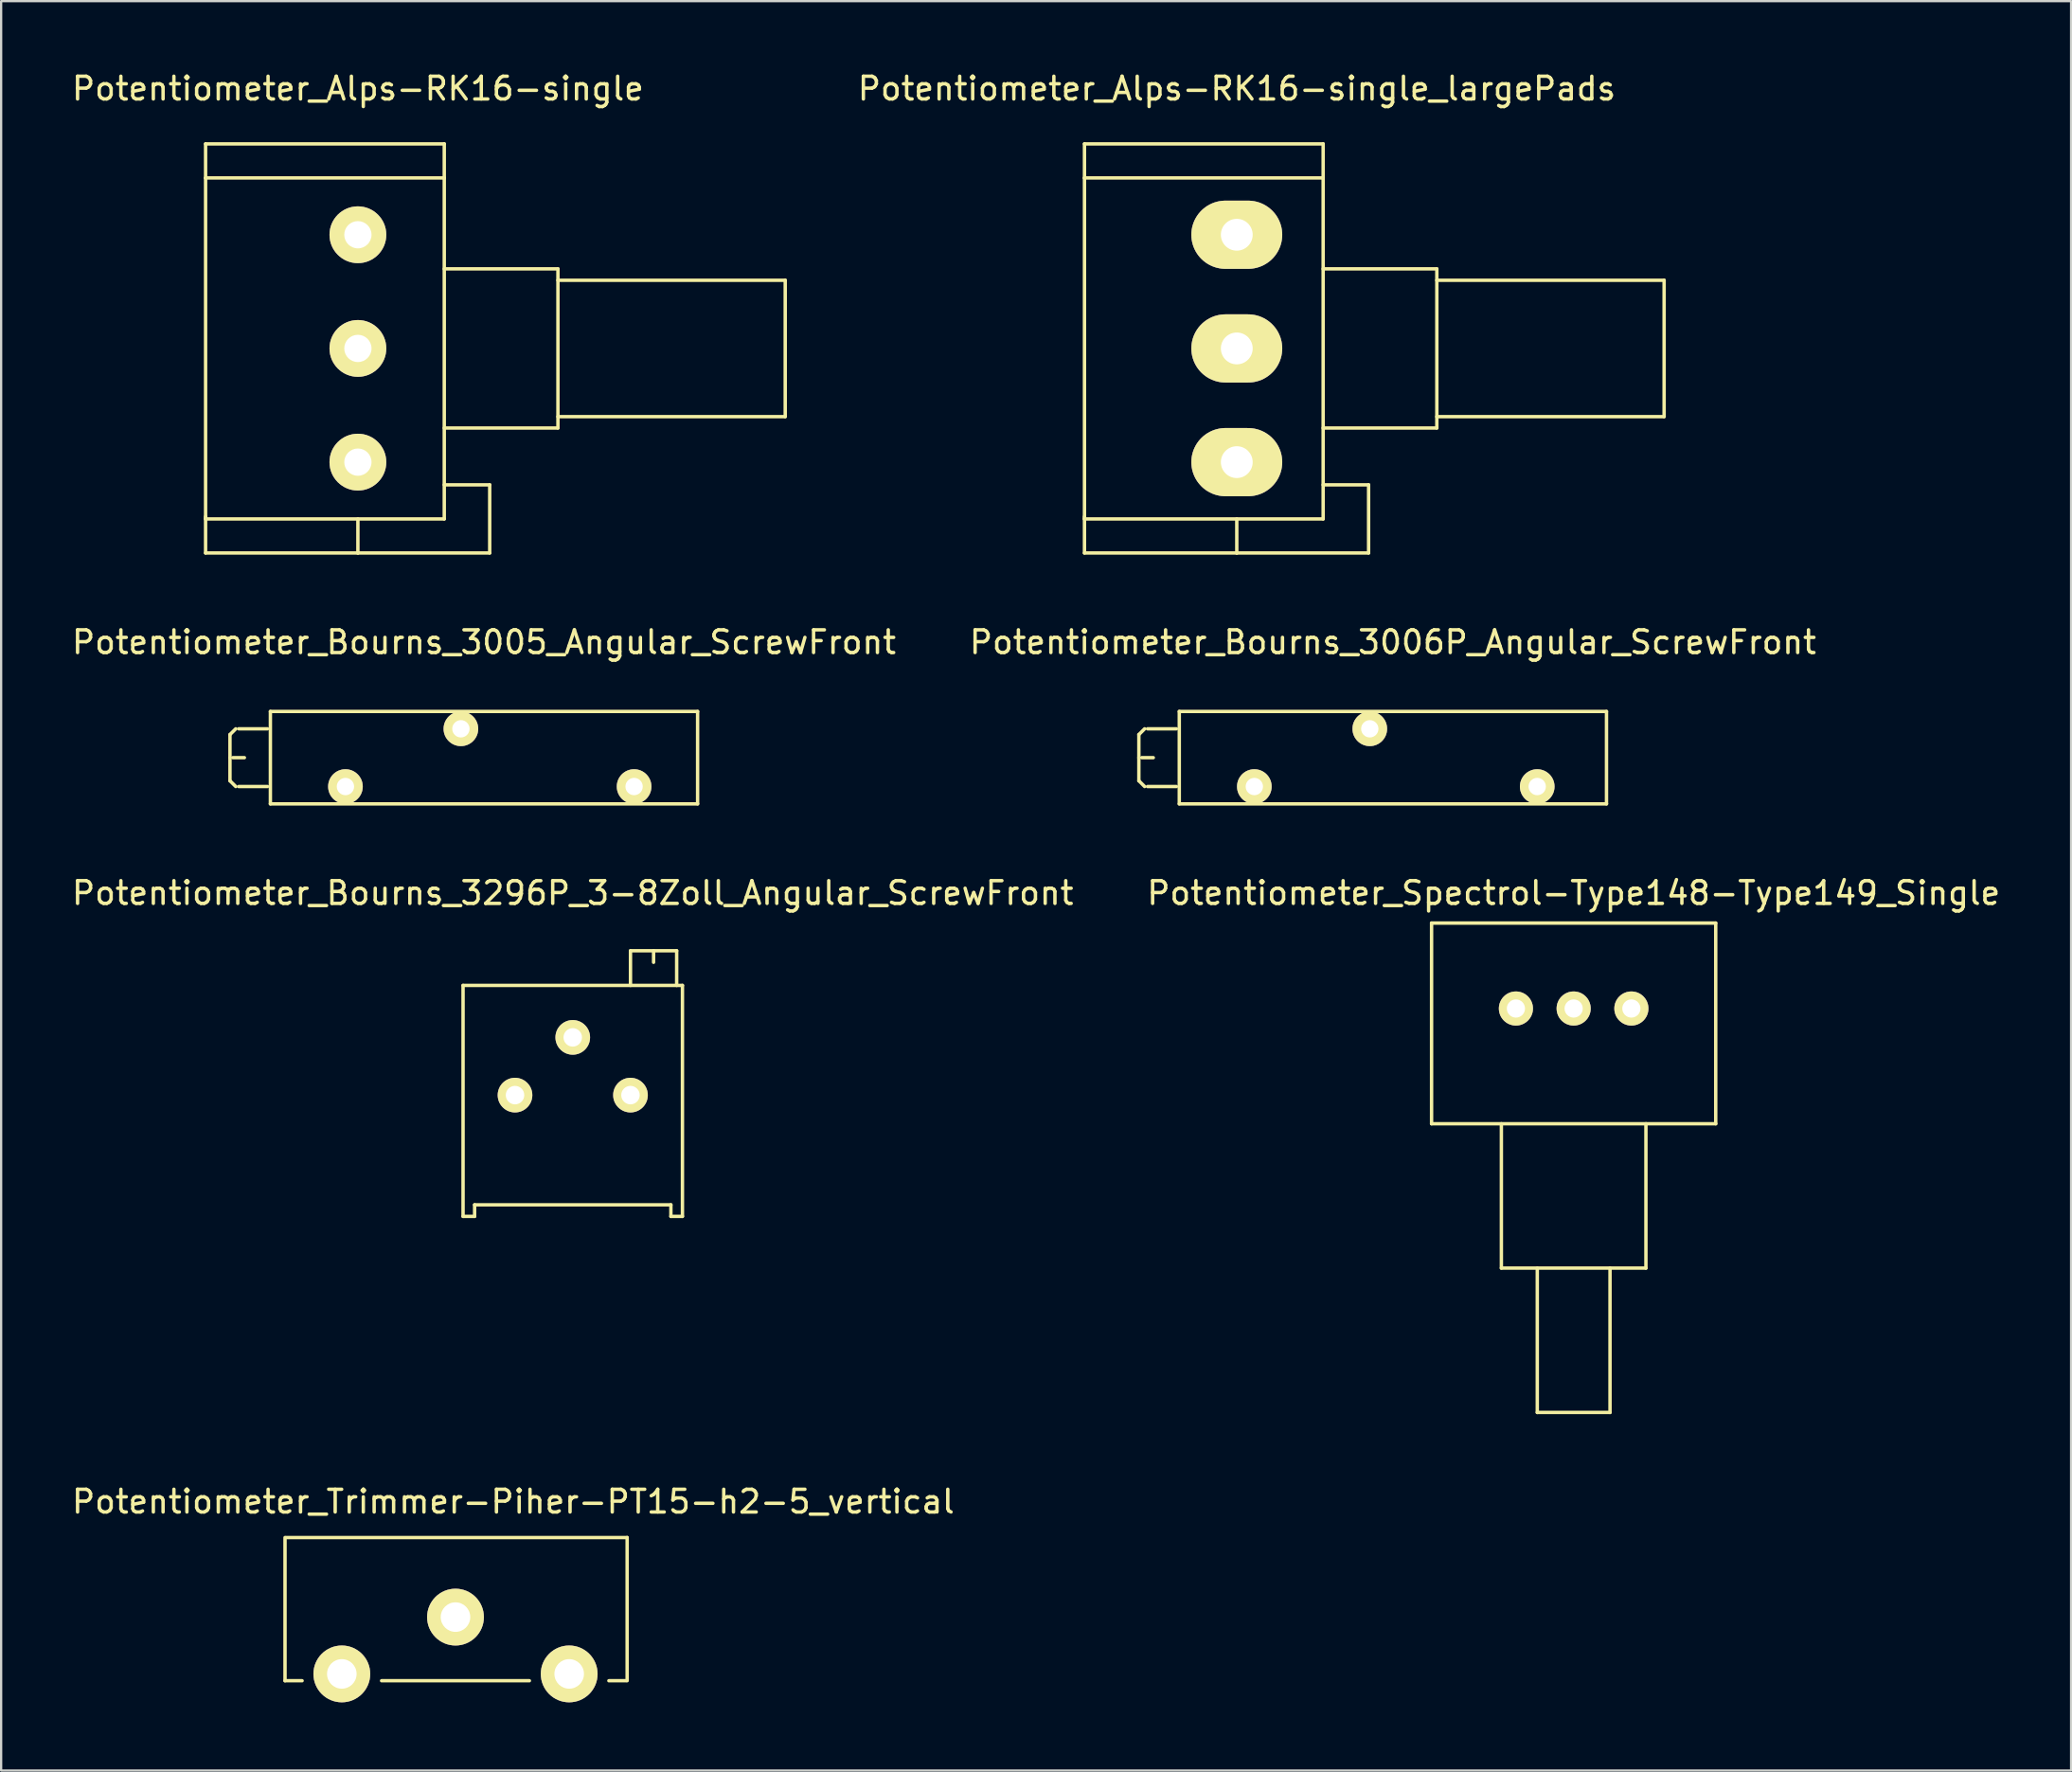
<source format=kicad_pcb>
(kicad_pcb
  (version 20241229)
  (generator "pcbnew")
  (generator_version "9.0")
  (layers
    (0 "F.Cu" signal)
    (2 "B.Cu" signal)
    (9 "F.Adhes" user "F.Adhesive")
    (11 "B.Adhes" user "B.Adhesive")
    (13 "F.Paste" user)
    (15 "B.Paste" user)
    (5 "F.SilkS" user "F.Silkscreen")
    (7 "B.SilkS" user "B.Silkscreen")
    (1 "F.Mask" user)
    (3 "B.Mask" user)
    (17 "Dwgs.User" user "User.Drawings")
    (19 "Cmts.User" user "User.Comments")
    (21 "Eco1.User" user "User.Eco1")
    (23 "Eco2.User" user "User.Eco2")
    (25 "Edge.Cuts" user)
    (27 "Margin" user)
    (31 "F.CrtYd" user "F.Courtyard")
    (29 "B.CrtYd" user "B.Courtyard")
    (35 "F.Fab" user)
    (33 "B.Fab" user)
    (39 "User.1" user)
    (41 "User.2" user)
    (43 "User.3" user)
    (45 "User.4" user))
  (footprint "Potentiometer_Alps-RK16-single_largePads"
    (layer "F.Cu")
    (at 51.364 7.277)
    (property "Reference" "Potentiometer_Alps-RK16-single_largePads" (at 0 -6.429 0) (layer "F.SilkS") (effects (font (size 1 1) (thickness 0.15))))
    (attr through_hole)
    (fp_line (start -6.701 -3.998) (end -6.701 -2.499) (stroke (width 0.15) (type solid)) (layer "F.SilkS"))
    (fp_line (start -6.701 -2.499) (end -6.701 12.502) (stroke (width 0.15) (type solid)) (layer "F.SilkS"))
    (fp_line (start -6.701 12.502) (end 3.8 12.502) (stroke (width 0.15) (type solid)) (layer "F.SilkS"))
    (fp_line (start -6.701 14) (end -6.701 12.4) (stroke (width 0.15) (type solid)) (layer "F.SilkS"))
    (fp_line (start 0 14) (end -6.701 14) (stroke (width 0.15) (type solid)) (layer "F.SilkS"))
    (fp_line (start 0 14) (end 0 12.502) (stroke (width 0.15) (type solid)) (layer "F.SilkS"))
    (fp_line (start 3.8 -3.998) (end -6.701 -3.998) (stroke (width 0.15) (type solid)) (layer "F.SilkS"))
    (fp_line (start 3.8 -2.499) (end -6.701 -2.499) (stroke (width 0.15) (type solid)) (layer "F.SilkS"))
    (fp_line (start 3.8 -2.499) (end 3.8 -3.998) (stroke (width 0.15) (type solid)) (layer "F.SilkS"))
    (fp_line (start 3.8 1.501) (end 8.801 1.501) (stroke (width 0.15) (type solid)) (layer "F.SilkS"))
    (fp_line (start 3.8 11.001) (end 5.799 11.001) (stroke (width 0.15) (type solid)) (layer "F.SilkS"))
    (fp_line (start 3.8 12.502) (end 3.8 -2.499) (stroke (width 0.15) (type solid)) (layer "F.SilkS"))
    (fp_line (start 5.799 11.001) (end 5.799 14) (stroke (width 0.15) (type solid)) (layer "F.SilkS"))
    (fp_line (start 5.799 14) (end 0 14) (stroke (width 0.15) (type solid)) (layer "F.SilkS"))
    (fp_line (start 8.801 1.501) (end 8.801 8.501) (stroke (width 0.15) (type solid)) (layer "F.SilkS"))
    (fp_line (start 8.801 2.002) (end 18.801 2.002) (stroke (width 0.15) (type solid)) (layer "F.SilkS"))
    (fp_line (start 8.801 8.501) (end 3.8 8.501) (stroke (width 0.15) (type solid)) (layer "F.SilkS"))
    (fp_line (start 18.801 2.002) (end 18.801 8.001) (stroke (width 0.15) (type solid)) (layer "F.SilkS"))
    (fp_line (start 18.801 8.001) (end 8.801 8.001) (stroke (width 0.15) (type solid)) (layer "F.SilkS"))
    (pad "1" thru_hole oval (at 0 0) (size 4 3) (drill 1.4) (layers "*.Cu" "*.Mask" "F.SilkS"))
    (pad "2" thru_hole oval (at 0 5.001) (size 4 3) (drill 1.4) (layers "*.Cu" "*.Mask" "F.SilkS"))
    (pad "3" thru_hole oval (at 0 10.003) (size 4 3) (drill 1.4) (layers "*.Cu" "*.Mask" "F.SilkS")))
  (footprint "Potentiometer_Trimmer-Piher-PT15-h2-5_vertical"
    (layer "F.Cu")
    (at 11.989 70.588)
    (property "Reference" "Potentiometer_Trimmer-Piher-PT15-h2-5_vertical" (at 7.541 -7.579 0) (layer "F.SilkS") (effects (font (size 1 1) (thickness 0.15))))
    (attr through_hole)
    (fp_line (start -2.499 -5.999) (end -2.499 0.3) (stroke (width 0.15) (type solid)) (layer "F.SilkS"))
    (fp_line (start -2.499 0.3) (end -1.748 0.3) (stroke (width 0.15) (type solid)) (layer "F.SilkS"))
    (fp_line (start 1.75 0.3) (end 8.252 0.3) (stroke (width 0.15) (type solid)) (layer "F.SilkS"))
    (fp_line (start 11.75 0.3) (end 12.502 0.3) (stroke (width 0.15) (type solid)) (layer "F.SilkS"))
    (fp_line (start 12.55 -5.999) (end -2.451 -5.999) (stroke (width 0.15) (type solid)) (layer "F.SilkS"))
    (fp_line (start 12.553 0.3) (end 12.553 -5.999) (stroke (width 0.15) (type solid)) (layer "F.SilkS"))
    (pad "1" thru_hole circle (at 0 0) (size 2.499 2.499) (drill 1.3) (layers "*.Cu" "*.Mask" "F.SilkS"))
    (pad "2" thru_hole circle (at 5.001 -2.499) (size 2.499 2.499) (drill 1.3) (layers "*.Cu" "*.Mask" "F.SilkS"))
    (pad "3" thru_hole circle (at 10.003 0) (size 2.499 2.499) (drill 1.3) (layers "*.Cu" "*.Mask" "F.SilkS")))
  (footprint "Potentiometer_Bourns_3005_Angular_ScrewFront"
    (layer "F.Cu")
    (at 24.848 31.551)
    (property "Reference" "Potentiometer_Bourns_3005_Angular_ScrewFront" (at -6.604 -6.35 0) (layer "F.SilkS") (effects (font (size 1 1) (thickness 0.15))))
    (attr through_hole)
    (fp_line (start -17.78 -2.286) (end -17.78 -1.27) (stroke (width 0.15) (type solid)) (layer "F.SilkS"))
    (fp_line (start -17.78 -1.27) (end -17.78 -0.254) (stroke (width 0.15) (type solid)) (layer "F.SilkS"))
    (fp_line (start -17.78 -0.254) (end -17.526 0) (stroke (width 0.15) (type solid)) (layer "F.SilkS"))
    (fp_line (start -17.653 -1.27) (end -17.145 -1.27) (stroke (width 0.15) (type solid)) (layer "F.SilkS"))
    (fp_line (start -17.526 -2.54) (end -17.78 -2.286) (stroke (width 0.15) (type solid)) (layer "F.SilkS"))
    (fp_line (start -16.129 -2.54) (end -17.399 -2.54) (stroke (width 0.15) (type solid)) (layer "F.SilkS"))
    (fp_line (start -16.129 0) (end -17.399 0) (stroke (width 0.15) (type solid)) (layer "F.SilkS"))
    (fp_line (start -16.002 0.762) (end -16.002 -3.302) (stroke (width 0.15) (type solid)) (layer "F.SilkS"))
    (fp_line (start -16.002 0.762) (end 2.794 0.762) (stroke (width 0.15) (type solid)) (layer "F.SilkS"))
    (fp_line (start 2.794 -3.302) (end -16.002 -3.302) (stroke (width 0.15) (type solid)) (layer "F.SilkS"))
    (fp_line (start 2.794 0.762) (end 2.794 -3.302) (stroke (width 0.15) (type solid)) (layer "F.SilkS"))
    (pad "1" thru_hole circle (at 0 0) (size 1.524 1.524) (drill 0.762) (layers "*.Cu" "*.Mask" "F.SilkS"))
    (pad "2" thru_hole circle (at -7.62 -2.54) (size 1.524 1.524) (drill 0.762) (layers "*.Cu" "*.Mask" "F.SilkS"))
    (pad "3" thru_hole circle (at -12.7 0) (size 1.524 1.524) (drill 0.762) (layers "*.Cu" "*.Mask" "F.SilkS")))
  (footprint "Potentiometer_Spectrol-Type148-Type149_Single"
    (layer "F.Cu")
    (at 63.645 41.316)
    (property "Reference" "Potentiometer_Spectrol-Type148-Type149_Single" (at 2.54 -5.08 0) (layer "F.SilkS") (effects (font (size 1 1) (thickness 0.15))))
    (attr through_hole)
    (fp_line (start -3.711 -3.759) (end 8.791 -3.759) (stroke (width 0.15) (type solid)) (layer "F.SilkS"))
    (fp_line (start -3.711 5.07) (end -3.711 -3.759) (stroke (width 0.15) (type solid)) (layer "F.SilkS"))
    (fp_line (start -0.64 11.42) (end -0.64 5.07) (stroke (width 0.15) (type solid)) (layer "F.SilkS"))
    (fp_line (start -0.64 11.42) (end 5.72 11.42) (stroke (width 0.15) (type solid)) (layer "F.SilkS"))
    (fp_line (start 0.94 17.77) (end 0.94 11.42) (stroke (width 0.15) (type solid)) (layer "F.SilkS"))
    (fp_line (start 4.14 11.42) (end 4.14 17.77) (stroke (width 0.15) (type solid)) (layer "F.SilkS"))
    (fp_line (start 4.14 17.77) (end 0.94 17.77) (stroke (width 0.15) (type solid)) (layer "F.SilkS"))
    (fp_line (start 5.72 5.07) (end 5.72 11.42) (stroke (width 0.15) (type solid)) (layer "F.SilkS"))
    (fp_line (start 8.791 -3.759) (end 8.791 5.07) (stroke (width 0.15) (type solid)) (layer "F.SilkS"))
    (fp_line (start 8.791 5.07) (end -3.711 5.07) (stroke (width 0.15) (type solid)) (layer "F.SilkS"))
    (pad "1" thru_hole circle (at 0 0) (size 1.501 1.501) (drill 0.8) (layers "*.Cu" "*.Mask" "F.SilkS"))
    (pad "2" thru_hole circle (at 2.54 0) (size 1.501 1.501) (drill 0.8) (layers "*.Cu" "*.Mask" "F.SilkS"))
    (pad "3" thru_hole circle (at 5.08 0) (size 1.501 1.501) (drill 0.8) (layers "*.Cu" "*.Mask" "F.SilkS")))
  (footprint "Potentiometer_Bourns_3296P_3-8Zoll_Angular_ScrewFront"
    (layer "F.Cu")
    (at 24.689 45.126)
    (property "Reference" "Potentiometer_Bourns_3296P_3-8Zoll_Angular_ScrewFront" (at -2.54 -8.89 0) (layer "F.SilkS") (effects (font (size 1 1) (thickness 0.15))))
    (attr through_hole)
    (fp_line (start -7.366 -4.826) (end -7.366 5.334) (stroke (width 0.15) (type solid)) (layer "F.SilkS"))
    (fp_line (start -7.366 -4.826) (end 2.286 -4.826) (stroke (width 0.15) (type solid)) (layer "F.SilkS"))
    (fp_line (start -7.366 5.334) (end -6.858 5.334) (stroke (width 0.15) (type solid)) (layer "F.SilkS"))
    (fp_line (start -6.858 4.826) (end 1.778 4.826) (stroke (width 0.15) (type solid)) (layer "F.SilkS"))
    (fp_line (start -6.858 5.334) (end -6.858 4.826) (stroke (width 0.15) (type solid)) (layer "F.SilkS"))
    (fp_line (start 0 -6.35) (end 2.032 -6.35) (stroke (width 0.15) (type solid)) (layer "F.SilkS"))
    (fp_line (start 0 -4.826) (end 0 -6.35) (stroke (width 0.15) (type solid)) (layer "F.SilkS"))
    (fp_line (start 1.016 -6.35) (end 1.016 -5.842) (stroke (width 0.15) (type solid)) (layer "F.SilkS"))
    (fp_line (start 1.778 4.826) (end 1.778 5.334) (stroke (width 0.15) (type solid)) (layer "F.SilkS"))
    (fp_line (start 1.778 5.334) (end 2.286 5.334) (stroke (width 0.15) (type solid)) (layer "F.SilkS"))
    (fp_line (start 2.032 -4.826) (end 2.032 -6.35) (stroke (width 0.15) (type solid)) (layer "F.SilkS"))
    (fp_line (start 2.286 5.334) (end 2.286 -4.826) (stroke (width 0.15) (type solid)) (layer "F.SilkS"))
    (pad "1" thru_hole circle (at 0 0 90) (size 1.524 1.524) (drill 0.813) (layers "*.Cu" "*.Mask" "F.SilkS"))
    (pad "2" thru_hole circle (at -2.54 -2.54 90) (size 1.524 1.524) (drill 0.813) (layers "*.Cu" "*.Mask" "F.SilkS"))
    (pad "3" thru_hole circle (at -5.08 0 90) (size 1.524 1.524) (drill 0.813) (layers "*.Cu" "*.Mask" "F.SilkS")))
  (footprint "Potentiometer_Alps-RK16-single"
    (layer "F.Cu")
    (at 12.696 7.277)
    (property "Reference" "Potentiometer_Alps-RK16-single" (at 0 -6.429 0) (layer "F.SilkS") (effects (font (size 1 1) (thickness 0.15))))
    (attr through_hole)
    (fp_line (start -6.701 -3.998) (end -6.701 -2.499) (stroke (width 0.15) (type solid)) (layer "F.SilkS"))
    (fp_line (start -6.701 -2.499) (end -6.701 12.502) (stroke (width 0.15) (type solid)) (layer "F.SilkS"))
    (fp_line (start -6.701 12.502) (end 3.8 12.502) (stroke (width 0.15) (type solid)) (layer "F.SilkS"))
    (fp_line (start -6.701 14) (end -6.701 12.4) (stroke (width 0.15) (type solid)) (layer "F.SilkS"))
    (fp_line (start 0 14) (end -6.701 14) (stroke (width 0.15) (type solid)) (layer "F.SilkS"))
    (fp_line (start 0 14) (end 0 12.502) (stroke (width 0.15) (type solid)) (layer "F.SilkS"))
    (fp_line (start 3.8 -3.998) (end -6.701 -3.998) (stroke (width 0.15) (type solid)) (layer "F.SilkS"))
    (fp_line (start 3.8 -2.499) (end -6.701 -2.499) (stroke (width 0.15) (type solid)) (layer "F.SilkS"))
    (fp_line (start 3.8 -2.499) (end 3.8 -3.998) (stroke (width 0.15) (type solid)) (layer "F.SilkS"))
    (fp_line (start 3.8 1.501) (end 8.801 1.501) (stroke (width 0.15) (type solid)) (layer "F.SilkS"))
    (fp_line (start 3.8 11.001) (end 5.799 11.001) (stroke (width 0.15) (type solid)) (layer "F.SilkS"))
    (fp_line (start 3.8 12.502) (end 3.8 -2.499) (stroke (width 0.15) (type solid)) (layer "F.SilkS"))
    (fp_line (start 5.799 11.001) (end 5.799 14) (stroke (width 0.15) (type solid)) (layer "F.SilkS"))
    (fp_line (start 5.799 14) (end 0 14) (stroke (width 0.15) (type solid)) (layer "F.SilkS"))
    (fp_line (start 8.801 1.501) (end 8.801 8.501) (stroke (width 0.15) (type solid)) (layer "F.SilkS"))
    (fp_line (start 8.801 2.002) (end 18.801 2.002) (stroke (width 0.15) (type solid)) (layer "F.SilkS"))
    (fp_line (start 8.801 8.501) (end 3.8 8.501) (stroke (width 0.15) (type solid)) (layer "F.SilkS"))
    (fp_line (start 18.801 2.002) (end 18.801 8.001) (stroke (width 0.15) (type solid)) (layer "F.SilkS"))
    (fp_line (start 18.801 8.001) (end 8.801 8.001) (stroke (width 0.15) (type solid)) (layer "F.SilkS"))
    (pad "1" thru_hole circle (at 0 0) (size 2.499 2.499) (drill 1.199) (layers "*.Cu" "*.Mask" "F.SilkS"))
    (pad "2" thru_hole circle (at 0 5.001) (size 2.499 2.499) (drill 1.199) (layers "*.Cu" "*.Mask" "F.SilkS"))
    (pad "3" thru_hole circle (at 0 10.003) (size 2.499 2.499) (drill 1.199) (layers "*.Cu" "*.Mask" "F.SilkS")))
  (footprint "Potentiometer_Bourns_3006P_Angular_ScrewFront"
    (layer "F.Cu")
    (at 64.582 31.551)
    (property "Reference" "Potentiometer_Bourns_3006P_Angular_ScrewFront" (at -6.35 -6.35 0) (layer "F.SilkS") (effects (font (size 1 1) (thickness 0.15))))
    (attr through_hole)
    (fp_line (start -17.526 -2.286) (end -17.526 -1.27) (stroke (width 0.15) (type solid)) (layer "F.SilkS"))
    (fp_line (start -17.526 -1.27) (end -17.526 -0.254) (stroke (width 0.15) (type solid)) (layer "F.SilkS"))
    (fp_line (start -17.526 -0.254) (end -17.272 0) (stroke (width 0.15) (type solid)) (layer "F.SilkS"))
    (fp_line (start -17.399 -1.27) (end -16.891 -1.27) (stroke (width 0.15) (type solid)) (layer "F.SilkS"))
    (fp_line (start -17.272 -2.54) (end -17.526 -2.286) (stroke (width 0.15) (type solid)) (layer "F.SilkS"))
    (fp_line (start -15.875 -2.54) (end -17.145 -2.54) (stroke (width 0.15) (type solid)) (layer "F.SilkS"))
    (fp_line (start -15.875 0) (end -17.145 0) (stroke (width 0.15) (type solid)) (layer "F.SilkS"))
    (fp_line (start -15.748 0.762) (end -15.748 -3.302) (stroke (width 0.15) (type solid)) (layer "F.SilkS"))
    (fp_line (start -15.748 0.762) (end 3.048 0.762) (stroke (width 0.15) (type solid)) (layer "F.SilkS"))
    (fp_line (start 3.048 -3.302) (end -15.748 -3.302) (stroke (width 0.15) (type solid)) (layer "F.SilkS"))
    (fp_line (start 3.048 0.762) (end 3.048 -3.302) (stroke (width 0.15) (type solid)) (layer "F.SilkS"))
    (pad "1" thru_hole circle (at 0 0) (size 1.524 1.524) (drill 0.762) (layers "*.Cu" "*.Mask" "F.SilkS"))
    (pad "2" thru_hole circle (at -7.366 -2.54) (size 1.524 1.524) (drill 0.762) (layers "*.Cu" "*.Mask" "F.SilkS"))
    (pad "3" thru_hole circle (at -12.446 0) (size 1.524 1.524) (drill 0.762) (layers "*.Cu" "*.Mask" "F.SilkS")))
  (gr_rect
    (start -3 -3)
    (end 88.071 74.838)
    (stroke (width 0.1) (type default))
    (fill no)
    (layer "Edge.Cuts")))
</source>
